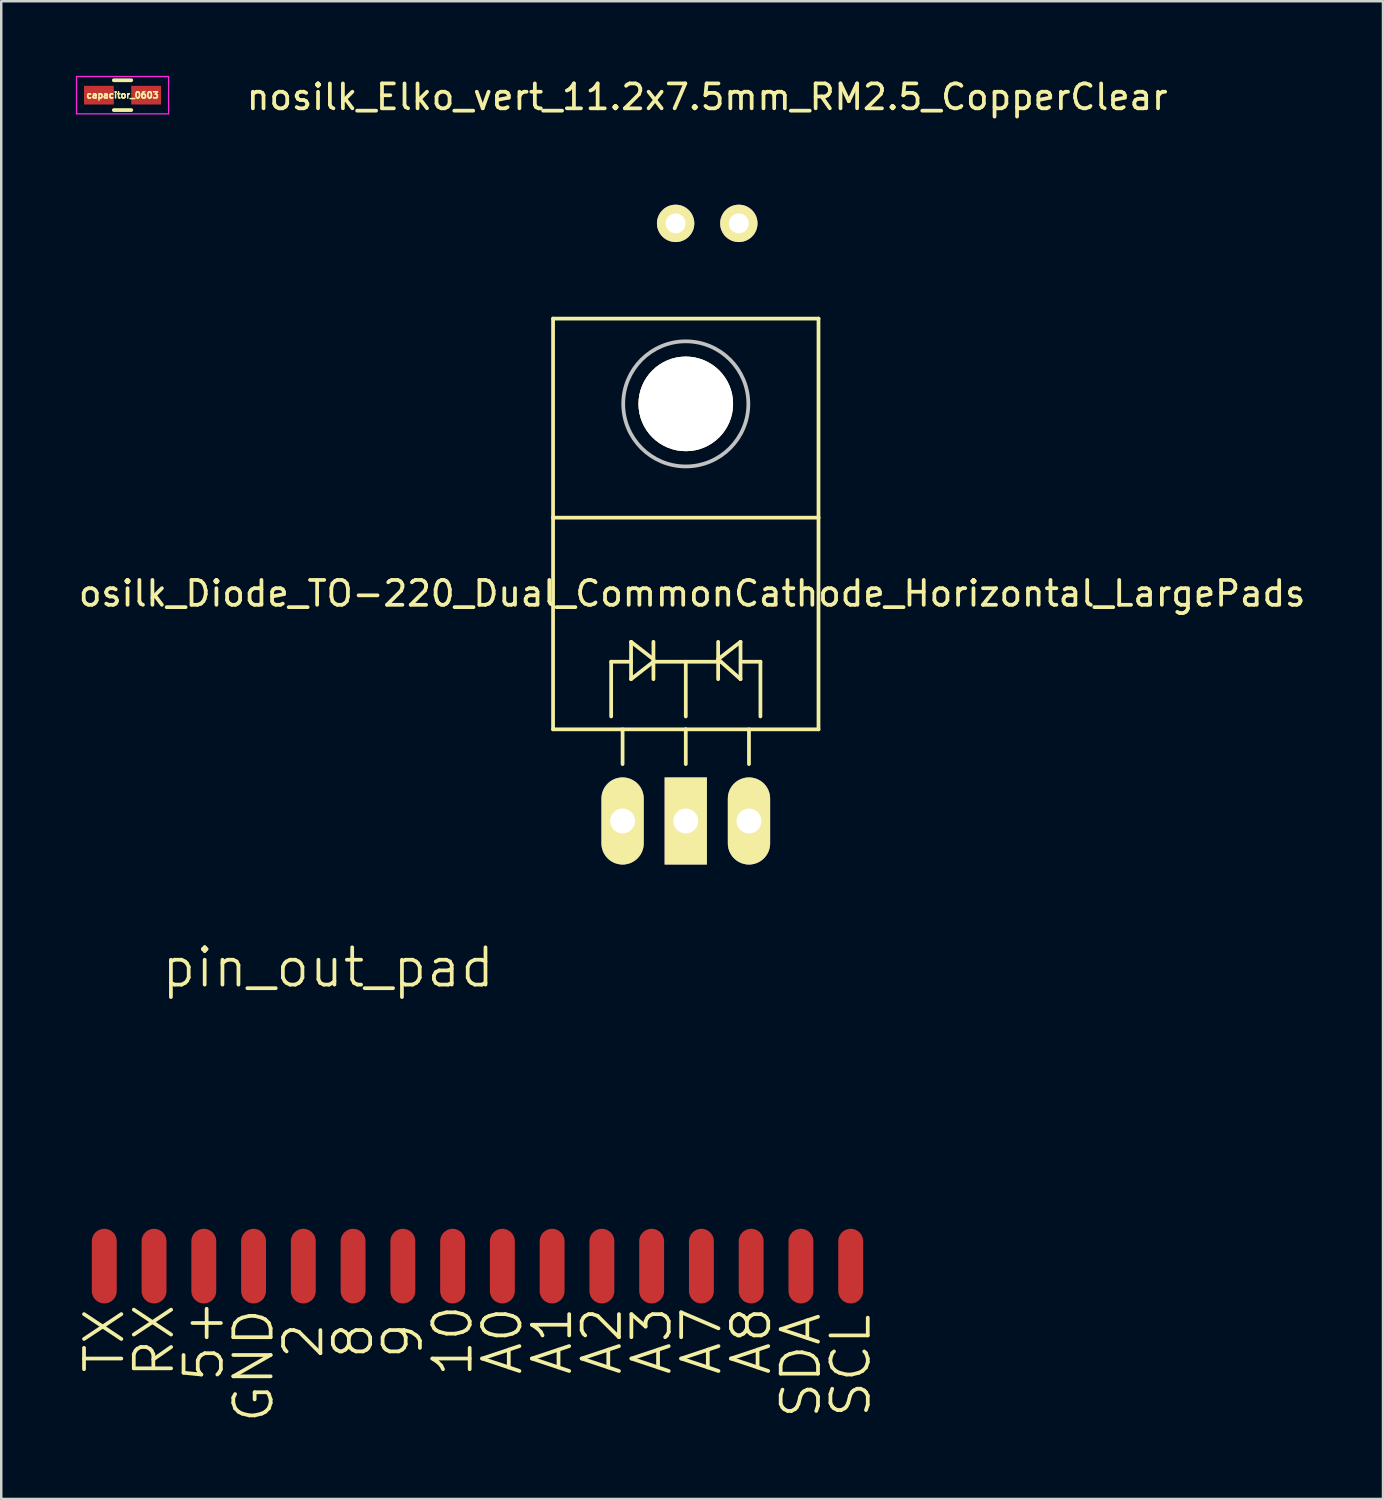
<source format=kicad_pcb>
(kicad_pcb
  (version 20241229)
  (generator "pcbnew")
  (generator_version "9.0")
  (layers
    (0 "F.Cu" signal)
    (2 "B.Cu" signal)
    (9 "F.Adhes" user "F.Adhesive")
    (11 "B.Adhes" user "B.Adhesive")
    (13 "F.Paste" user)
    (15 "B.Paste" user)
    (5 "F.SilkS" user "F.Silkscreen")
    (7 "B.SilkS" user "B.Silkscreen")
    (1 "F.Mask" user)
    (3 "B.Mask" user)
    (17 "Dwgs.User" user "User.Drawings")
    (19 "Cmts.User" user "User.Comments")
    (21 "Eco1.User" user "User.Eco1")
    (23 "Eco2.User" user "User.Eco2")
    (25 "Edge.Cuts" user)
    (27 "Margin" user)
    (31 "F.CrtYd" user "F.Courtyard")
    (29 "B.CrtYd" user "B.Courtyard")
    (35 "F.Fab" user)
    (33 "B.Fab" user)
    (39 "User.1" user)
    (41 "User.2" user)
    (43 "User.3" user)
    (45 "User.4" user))
  (footprint "osilk_Diode_TO-220_Dual_CommonCathode_Horizontal_LargePads"
    (layer "F.Cu")
    (at 21.976 29.947)
    (property "Reference" "osilk_Diode_TO-220_Dual_CommonCathode_Horizontal_LargePads" (at 2.791 -9.144 0) (layer "F.SilkS") (effects (font (size 1 1) (thickness 0.15))))
    (attr through_hole)
    (fp_line (start -2.797 -20.193) (end -2.797 -12.192) (stroke (width 0.15) (type solid)) (layer "F.SilkS"))
    (fp_line (start -2.797 -12.192) (end -2.797 -3.683) (stroke (width 0.15) (type solid)) (layer "F.SilkS"))
    (fp_line (start -0.462 -6.401) (end -0.462 -4.201) (stroke (width 0.15) (type solid)) (layer "F.SilkS"))
    (fp_line (start -0.003 -3.683) (end -0.003 -2.286) (stroke (width 0.15) (type solid)) (layer "F.SilkS"))
    (fp_line (start 0.338 -7.201) (end 0.338 -5.7) (stroke (width 0.15) (type solid)) (layer "F.SilkS"))
    (fp_line (start 0.338 -6.401) (end -0.462 -6.401) (stroke (width 0.15) (type solid)) (layer "F.SilkS"))
    (fp_line (start 0.338 -5.7) (end 1.237 -6.401) (stroke (width 0.15) (type solid)) (layer "F.SilkS"))
    (fp_line (start 1.237 -7.201) (end 1.237 -5.7) (stroke (width 0.15) (type solid)) (layer "F.SilkS"))
    (fp_line (start 1.237 -6.5) (end 0.338 -7.201) (stroke (width 0.15) (type solid)) (layer "F.SilkS"))
    (fp_line (start 1.237 -6.401) (end 3.937 -6.401) (stroke (width 0.15) (type solid)) (layer "F.SilkS"))
    (fp_line (start 2.537 -6.401) (end 2.537 -4.201) (stroke (width 0.15) (type solid)) (layer "F.SilkS"))
    (fp_line (start 2.537 -3.683) (end -2.797 -3.683) (stroke (width 0.15) (type solid)) (layer "F.SilkS"))
    (fp_line (start 2.537 -3.683) (end 2.537 -2.286) (stroke (width 0.15) (type solid)) (layer "F.SilkS"))
    (fp_line (start 2.537 -3.683) (end 7.871 -3.683) (stroke (width 0.15) (type solid)) (layer "F.SilkS"))
    (fp_line (start 3.838 -7.201) (end 3.838 -5.7) (stroke (width 0.15) (type solid)) (layer "F.SilkS"))
    (fp_line (start 3.838 -6.5) (end 4.737 -7.201) (stroke (width 0.15) (type solid)) (layer "F.SilkS"))
    (fp_line (start 4.737 -7.201) (end 4.737 -5.7) (stroke (width 0.15) (type solid)) (layer "F.SilkS"))
    (fp_line (start 4.737 -5.7) (end 3.838 -6.5) (stroke (width 0.15) (type solid)) (layer "F.SilkS"))
    (fp_line (start 4.839 -6.401) (end 5.537 -6.401) (stroke (width 0.15) (type solid)) (layer "F.SilkS"))
    (fp_line (start 5.077 -3.683) (end 5.077 -2.286) (stroke (width 0.15) (type solid)) (layer "F.SilkS"))
    (fp_line (start 5.537 -6.401) (end 5.537 -4.201) (stroke (width 0.15) (type solid)) (layer "F.SilkS"))
    (fp_line (start 7.871 -20.193) (end -2.797 -20.193) (stroke (width 0.15) (type solid)) (layer "F.SilkS"))
    (fp_line (start 7.871 -12.192) (end -2.797 -12.192) (stroke (width 0.15) (type solid)) (layer "F.SilkS"))
    (fp_line (start 7.871 -12.192) (end 7.871 -20.193) (stroke (width 0.15) (type solid)) (layer "F.SilkS"))
    (fp_line (start 7.871 -3.683) (end 7.871 -12.192) (stroke (width 0.15) (type solid)) (layer "F.SilkS"))
    (fp_circle (center 2.537 -16.764) (end 4.315 -14.986) (stroke (width 0.15) (type solid)) (fill no) (layer "Dwgs.User"))
    (pad "1" thru_hole oval (at -0.003 0 90) (size 3.5 1.699) (drill 1.001) (layers "*.Cu" "*.Mask" "F.SilkS"))
    (pad "2" thru_hole rect (at 2.537 0 90) (size 3.5 1.699) (drill 1.001) (layers "*.Cu" "*.Mask" "F.SilkS"))
    (pad "3" thru_hole oval (at 5.077 0 90) (size 3.5 1.699) (drill 1.001) (layers "*.Cu" "*.Mask" "F.SilkS"))
    (pad "9" thru_hole circle (at 2.537 -16.764 90) (size 3.8 3.8) (drill 3.8) (layers "*.Cu" "*.Mask" "F.SilkS")))
  (footprint "nosilk_Elko_vert_11.2x7.5mm_RM2.5_CopperClear"
    (layer "F.Cu")
    (at 24.105 5.928)
    (property "Reference" "nosilk_Elko_vert_11.2x7.5mm_RM2.5_CopperClear" (at 1.27 -5.08 0) (layer "F.SilkS") (effects (font (size 1 1) (thickness 0.15))))
    (attr through_hole)
    (pad "1" thru_hole circle (at 0 0) (size 1.501 1.501) (drill 0.8) (layers "*.Cu" "*.Mask" "F.SilkS"))
    (pad "2" thru_hole circle (at 2.54 0) (size 1.501 1.501) (drill 0.8) (layers "*.Cu" "*.Mask" "F.SilkS")))
  (footprint "capacitor_0603"
    (layer "F.Cu")
    (at 1.875 0.775)
    (property "Reference" "capacitor_0603" (at 0 0 0) (layer "F.SilkS") (effects (font (size 0.25 0.25) (thickness 0.062))))
    (attr smd)
    (fp_line (start -0.35 -0.6) (end 0.35 -0.6) (stroke (width 0.15) (type solid)) (layer "F.SilkS"))
    (fp_line (start 0.35 0.6) (end -0.35 0.6) (stroke (width 0.15) (type solid)) (layer "F.SilkS"))
    (fp_line (start -1.85 -0.75) (end -1.85 0.75) (stroke (width 0.05) (type solid)) (layer "F.CrtYd"))
    (fp_line (start -1.85 -0.75) (end 1.85 -0.75) (stroke (width 0.05) (type solid)) (layer "F.CrtYd"))
    (fp_line (start -1.85 0.75) (end 1.85 0.75) (stroke (width 0.05) (type solid)) (layer "F.CrtYd"))
    (fp_line (start 1.85 -0.75) (end 1.85 0.75) (stroke (width 0.05) (type solid)) (layer "F.CrtYd"))
    (pad "1" smd rect (at -0.95 0) (size 1.2 0.75) (layers "F.Cu" "F.Mask" "F.Paste"))
    (pad "2" smd rect (at 0.95 0) (size 1.2 0.75) (layers "F.Cu" "F.Mask" "F.Paste")))
  (footprint "pin_out_pad"
    (layer "F.Cu")
    (at 10.141 40.838)
    (property "Reference" "pin_out_pad" (at 0 -5 0) (layer "F.SilkS") (effects (font (size 1.5 1.5) (thickness 0.15))))
    (attr through_hole)
    (fp_text user "SDA" (at 19 11 90) (layer "F.SilkS") (effects (font (size 1.5 1.5) (thickness 0.15))))
    (fp_text user "A8" (at 17 10 90) (layer "F.SilkS") (effects (font (size 1.5 1.5) (thickness 0.15))))
    (fp_text user "9" (at 3 10 90) (layer "F.SilkS") (effects (font (size 1.5 1.5) (thickness 0.15))))
    (fp_text user "2" (at -1 10 90) (layer "F.SilkS") (effects (font (size 1.5 1.5) (thickness 0.15))))
    (fp_text user "A2" (at 11 10 90) (layer "F.SilkS") (effects (font (size 1.5 1.5) (thickness 0.15))))
    (fp_text user "GND" (at -3 11 90) (layer "F.SilkS") (effects (font (size 1.5 1.5) (thickness 0.15))))
    (fp_text user "A0" (at 7 10 90) (layer "F.SilkS") (effects (font (size 1.5 1.5) (thickness 0.15))))
    (fp_text user "RX" (at -7 10 90) (layer "F.SilkS") (effects (font (size 1.5 1.5) (thickness 0.15))))
    (fp_text user "A1" (at 9 10 90) (layer "F.SilkS") (effects (font (size 1.5 1.5) (thickness 0.15))))
    (fp_text user "A3" (at 13 10 90) (layer "F.SilkS") (effects (font (size 1.5 1.5) (thickness 0.15))))
    (fp_text user "TX" (at -9 10 90) (layer "F.SilkS") (effects (font (size 1.5 1.5) (thickness 0.15))))
    (fp_text user "5+" (at -5 10 90) (layer "F.SilkS") (effects (font (size 1.5 1.5) (thickness 0.15))))
    (fp_text user "8" (at 1 10 90) (layer "F.SilkS") (effects (font (size 1.5 1.5) (thickness 0.15))))
    (fp_text user "SCL" (at 21 11 90) (layer "F.SilkS") (effects (font (size 1.5 1.5) (thickness 0.15))))
    (fp_text user "A7" (at 15 10 90) (layer "F.SilkS") (effects (font (size 1.5 1.5) (thickness 0.15))))
    (fp_text user "10" (at 5 10 90) (layer "F.SilkS") (effects (font (size 1.5 1.5) (thickness 0.15))))
    (pad "1" smd oval (at -9 7) (size 1 3) (layers "F.Cu" "F.Mask" "F.Paste"))
    (pad "2" smd oval (at -7 7) (size 1 3) (layers "F.Cu" "F.Mask" "F.Paste"))
    (pad "3" smd oval (at -5 7) (size 1 3) (layers "F.Cu" "F.Mask" "F.Paste"))
    (pad "4" smd oval (at -3 7) (size 1 3) (layers "F.Cu" "F.Mask" "F.Paste"))
    (pad "5" smd oval (at -1 7) (size 1 3) (layers "F.Cu" "F.Mask" "F.Paste"))
    (pad "6" smd oval (at 1 7) (size 1 3) (layers "F.Cu" "F.Mask" "F.Paste"))
    (pad "7" smd oval (at 3 7) (size 1 3) (layers "F.Cu" "F.Mask" "F.Paste"))
    (pad "8" smd oval (at 5 7) (size 1 3) (layers "F.Cu" "F.Mask" "F.Paste"))
    (pad "9" smd oval (at 7 7) (size 1 3) (layers "F.Cu" "F.Mask" "F.Paste"))
    (pad "10" smd oval (at 9 7) (size 1 3) (layers "F.Cu" "F.Mask" "F.Paste"))
    (pad "11" smd oval (at 11 7) (size 1 3) (layers "F.Cu" "F.Mask" "F.Paste"))
    (pad "12" smd oval (at 13 7) (size 1 3) (layers "F.Cu" "F.Mask" "F.Paste"))
    (pad "13" smd oval (at 15 7) (size 1 3) (layers "F.Cu" "F.Mask" "F.Paste"))
    (pad "14" smd oval (at 17 7) (size 1 3) (layers "F.Cu" "F.Mask" "F.Paste"))
    (pad "15" smd oval (at 19 7) (size 1 3) (layers "F.Cu" "F.Mask" "F.Paste"))
    (pad "16" smd oval (at 21 7) (size 1 3) (layers "F.Cu" "F.Mask" "F.Paste")))
  (gr_rect
    (start -3 -3)
    (end 52.536 57.198)
    (stroke (width 0.1) (type default))
    (fill no)
    (layer "Edge.Cuts")))
</source>
